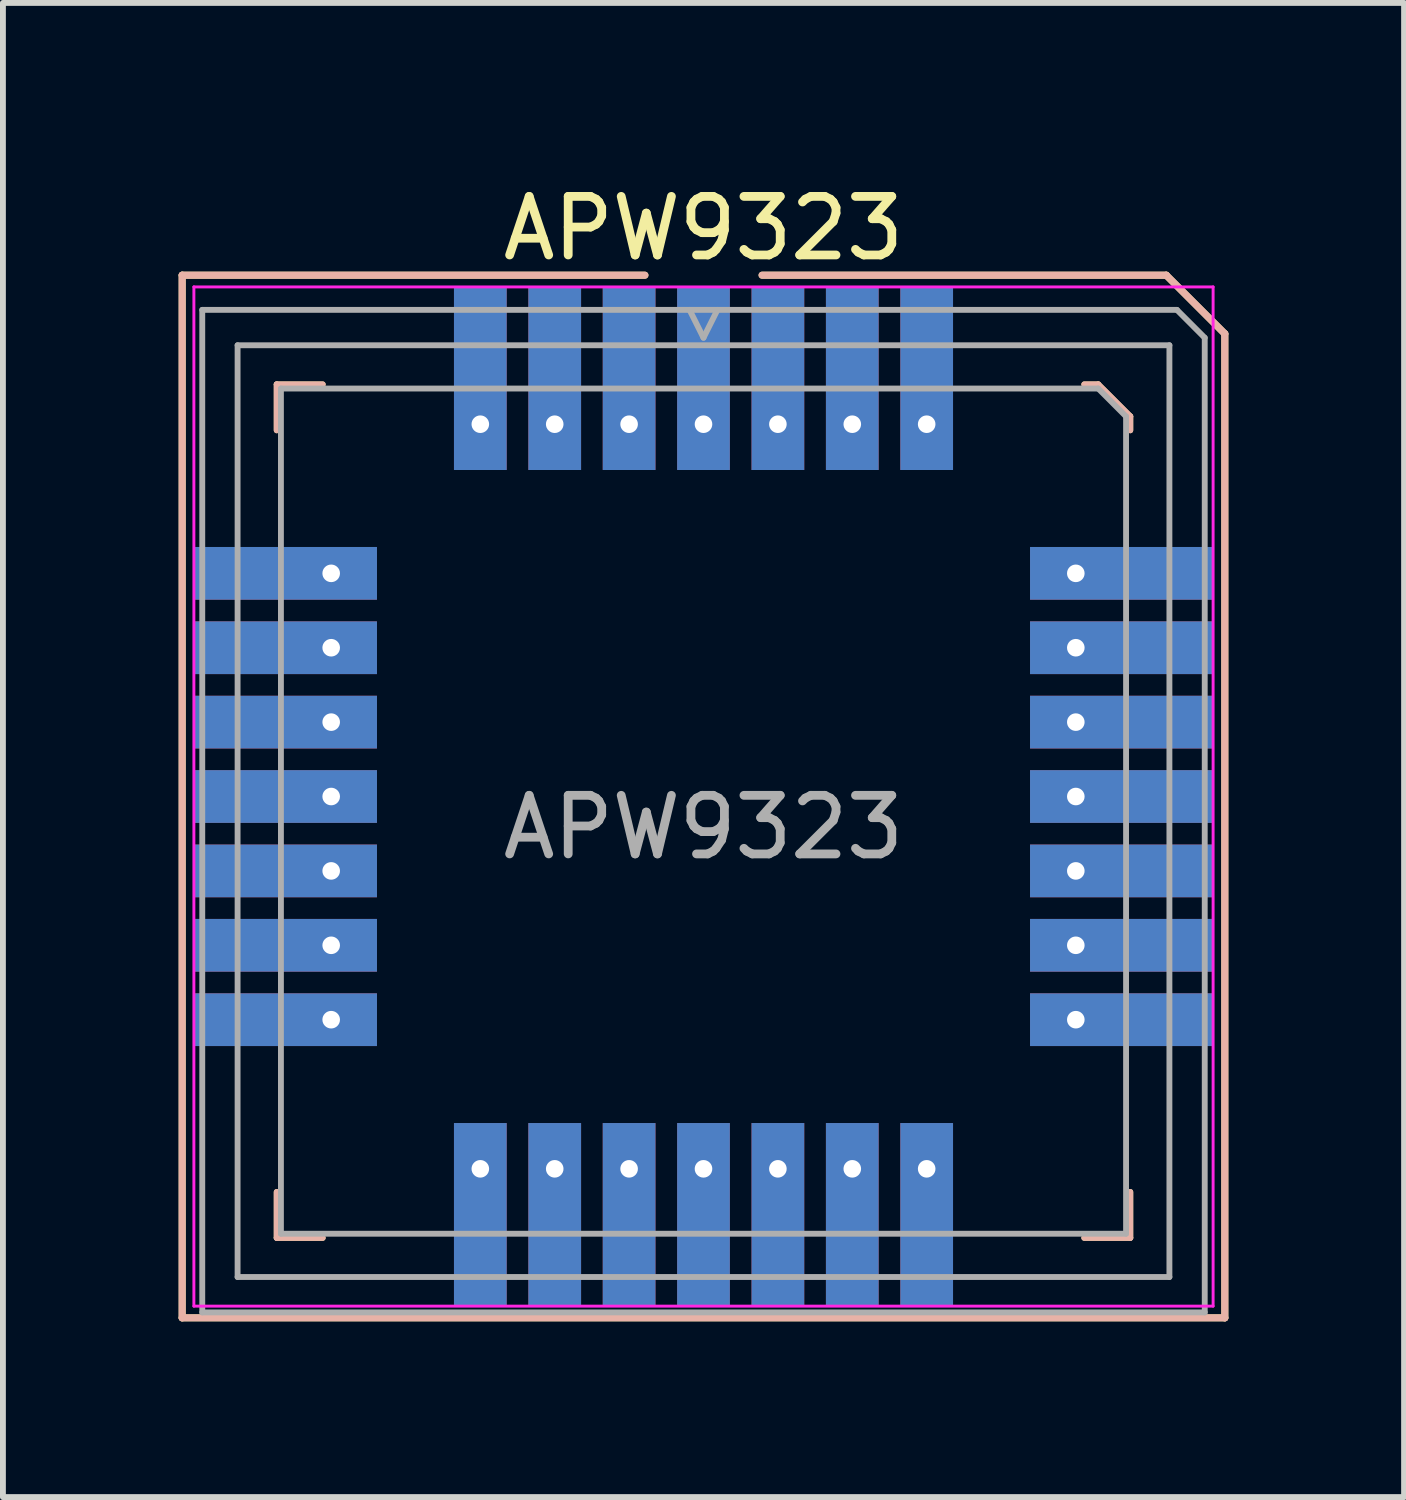
<source format=kicad_pcb>
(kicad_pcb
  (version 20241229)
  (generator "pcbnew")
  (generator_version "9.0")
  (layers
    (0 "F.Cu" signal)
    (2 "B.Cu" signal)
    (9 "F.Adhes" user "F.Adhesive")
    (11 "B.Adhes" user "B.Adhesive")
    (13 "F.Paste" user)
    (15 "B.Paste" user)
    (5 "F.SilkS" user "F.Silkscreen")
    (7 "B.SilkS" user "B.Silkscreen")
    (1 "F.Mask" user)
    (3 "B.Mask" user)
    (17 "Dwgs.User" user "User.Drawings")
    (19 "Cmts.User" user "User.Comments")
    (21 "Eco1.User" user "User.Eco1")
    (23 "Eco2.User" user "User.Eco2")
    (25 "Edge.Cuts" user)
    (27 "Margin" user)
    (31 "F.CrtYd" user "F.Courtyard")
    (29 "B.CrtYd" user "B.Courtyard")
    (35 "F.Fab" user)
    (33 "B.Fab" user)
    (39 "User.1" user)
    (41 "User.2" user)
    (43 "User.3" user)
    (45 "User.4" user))
  (footprint "APW9323"
    (layer "F.Cu")
    (at 8.96 10.548)
    (property "Reference" "APW9323" (at 0 -9.7 180) (layer "F.SilkS") (effects (font (size 1 1) (thickness 0.15))))
    (attr smd)
    (fp_line (start -8.9 -8.9) (end -1 -8.9) (stroke (width 0.12) (type solid)) (layer "F.SilkS"))
    (fp_line (start -8.9 8.9) (end -8.9 -8.9) (stroke (width 0.12) (type solid)) (layer "F.SilkS"))
    (fp_line (start -7.286 -7.036) (end -7.286 -6.252) (stroke (width 0.1) (type solid)) (layer "F.SilkS"))
    (fp_line (start -7.286 7.535) (end -7.286 6.751) (stroke (width 0.1) (type solid)) (layer "F.SilkS"))
    (fp_line (start -6.501 -7.036) (end -7.286 -7.036) (stroke (width 0.1) (type solid)) (layer "F.SilkS"))
    (fp_line (start -6.501 7.535) (end -7.286 7.535) (stroke (width 0.1) (type solid)) (layer "F.SilkS"))
    (fp_line (start 1 -8.9) (end 7.9 -8.9) (stroke (width 0.12) (type solid)) (layer "F.SilkS"))
    (fp_line (start 6.501 -7.036) (end 6.739 -7.036) (stroke (width 0.1) (type solid)) (layer "F.SilkS"))
    (fp_line (start 6.501 7.535) (end 7.286 7.535) (stroke (width 0.1) (type solid)) (layer "F.SilkS"))
    (fp_line (start 6.739 -7.036) (end 7.286 -6.489) (stroke (width 0.1) (type solid)) (layer "F.SilkS"))
    (fp_line (start 7.286 -6.489) (end 7.286 -6.252) (stroke (width 0.1) (type solid)) (layer "F.SilkS"))
    (fp_line (start 7.286 7.535) (end 7.286 6.751) (stroke (width 0.1) (type solid)) (layer "F.SilkS"))
    (fp_line (start 7.9 -8.9) (end 8.9 -7.9) (stroke (width 0.12) (type solid)) (layer "F.SilkS"))
    (fp_line (start 8.9 -7.9) (end 8.9 8.9) (stroke (width 0.12) (type solid)) (layer "F.SilkS"))
    (fp_line (start 8.9 8.9) (end -8.9 8.9) (stroke (width 0.12) (type solid)) (layer "F.SilkS"))
    (fp_line (start -8.9 -8.9) (end -1 -8.9) (stroke (width 0.12) (type solid)) (layer "B.SilkS"))
    (fp_line (start -8.9 8.9) (end -8.9 -8.9) (stroke (width 0.12) (type solid)) (layer "B.SilkS"))
    (fp_line (start -7.286 -7.036) (end -7.286 -6.252) (stroke (width 0.1) (type solid)) (layer "B.SilkS"))
    (fp_line (start -7.286 7.535) (end -7.286 6.751) (stroke (width 0.1) (type solid)) (layer "B.SilkS"))
    (fp_line (start -6.501 -7.036) (end -7.286 -7.036) (stroke (width 0.1) (type solid)) (layer "B.SilkS"))
    (fp_line (start -6.501 7.535) (end -7.286 7.535) (stroke (width 0.1) (type solid)) (layer "B.SilkS"))
    (fp_line (start 1 -8.9) (end 7.9 -8.9) (stroke (width 0.12) (type solid)) (layer "B.SilkS"))
    (fp_line (start 6.501 -7.036) (end 6.739 -7.036) (stroke (width 0.1) (type solid)) (layer "B.SilkS"))
    (fp_line (start 6.501 7.535) (end 7.286 7.535) (stroke (width 0.1) (type solid)) (layer "B.SilkS"))
    (fp_line (start 6.739 -7.036) (end 7.286 -6.489) (stroke (width 0.1) (type solid)) (layer "B.SilkS"))
    (fp_line (start 7.286 -6.489) (end 7.286 -6.252) (stroke (width 0.1) (type solid)) (layer "B.SilkS"))
    (fp_line (start 7.286 7.535) (end 7.286 6.751) (stroke (width 0.1) (type solid)) (layer "B.SilkS"))
    (fp_line (start 7.9 -8.9) (end 8.9 -7.9) (stroke (width 0.12) (type solid)) (layer "B.SilkS"))
    (fp_line (start 8.9 -7.9) (end 8.9 8.9) (stroke (width 0.12) (type solid)) (layer "B.SilkS"))
    (fp_line (start 8.9 8.9) (end -8.9 8.9) (stroke (width 0.12) (type solid)) (layer "B.SilkS"))
    (fp_line (start -8.7 -8.7) (end 8.7 -8.7) (stroke (width 0.05) (type solid)) (layer "F.CrtYd"))
    (fp_line (start -8.7 8.7) (end -8.7 -8.7) (stroke (width 0.05) (type solid)) (layer "F.CrtYd"))
    (fp_line (start 8.7 -8.7) (end 8.7 8.7) (stroke (width 0.05) (type solid)) (layer "F.CrtYd"))
    (fp_line (start 8.7 8.7) (end -8.7 8.7) (stroke (width 0.05) (type solid)) (layer "F.CrtYd"))
    (fp_line (start -8.557 -8.308) (end 8.082 -8.308) (stroke (width 0.1) (type solid)) (layer "F.Fab"))
    (fp_line (start -8.557 8.807) (end -8.557 -8.308) (stroke (width 0.1) (type solid)) (layer "F.Fab"))
    (fp_line (start -7.954 -7.704) (end 7.954 -7.704) (stroke (width 0.1) (type solid)) (layer "F.Fab"))
    (fp_line (start -7.954 8.203) (end -7.954 -7.704) (stroke (width 0.1) (type solid)) (layer "F.Fab"))
    (fp_line (start -7.214 -6.965) (end 6.739 -6.965) (stroke (width 0.1) (type solid)) (layer "F.Fab"))
    (fp_line (start -7.214 7.464) (end -7.214 -6.965) (stroke (width 0.1) (type solid)) (layer "F.Fab"))
    (fp_line (start 0 -7.832) (end -0.238 -8.308) (stroke (width 0.1) (type solid)) (layer "F.Fab"))
    (fp_line (start 0.238 -8.308) (end 0 -7.832) (stroke (width 0.1) (type solid)) (layer "F.Fab"))
    (fp_line (start 6.739 -6.965) (end 7.214 -6.489) (stroke (width 0.1) (type solid)) (layer "F.Fab"))
    (fp_line (start 7.214 -6.489) (end 7.214 7.464) (stroke (width 0.1) (type solid)) (layer "F.Fab"))
    (fp_line (start 7.214 7.464) (end -7.214 7.464) (stroke (width 0.1) (type solid)) (layer "F.Fab"))
    (fp_line (start 7.954 -7.704) (end 7.954 8.203) (stroke (width 0.1) (type solid)) (layer "F.Fab"))
    (fp_line (start 7.954 8.203) (end -7.954 8.203) (stroke (width 0.1) (type solid)) (layer "F.Fab"))
    (fp_line (start 8.082 -8.308) (end 8.557 -7.832) (stroke (width 0.1) (type solid)) (layer "F.Fab"))
    (fp_line (start 8.557 -7.832) (end 8.557 8.807) (stroke (width 0.1) (type solid)) (layer "F.Fab"))
    (fp_line (start 8.557 8.807) (end -8.557 8.807) (stroke (width 0.1) (type solid)) (layer "F.Fab"))
    (fp_text user "${REFERENCE}" (at 0 0.525 180) (layer "F.Fab") (effects (font (size 1 1) (thickness 0.15))))
    (pad "1" thru_hole rect (at 0 -6.356) (size 0.9 3.125) (drill 0.3 (offset 0 -0.781)) (layers "*.Cu" "*.Mask"))
    (pad "2" thru_hole rect (at 1.27 -6.356) (size 0.9 3.125) (drill 0.3 (offset 0 -0.781)) (layers "*.Cu" "*.Mask"))
    (pad "3" thru_hole rect (at 2.54 -6.356) (size 0.9 3.125) (drill 0.3 (offset 0 -0.781)) (layers "*.Cu" "*.Mask"))
    (pad "4" thru_hole rect (at 3.81 -6.356) (size 0.9 3.125) (drill 0.3 (offset 0 -0.781)) (layers "*.Cu" "*.Mask"))
    (pad "5" thru_hole rect (at 6.356 -3.81) (size 3.125 0.9) (drill 0.3 (offset 0.781 0)) (layers "*.Cu" "*.Mask"))
    (pad "6" thru_hole rect (at 6.356 -2.54) (size 3.125 0.9) (drill 0.3 (offset 0.781 0)) (layers "*.Cu" "*.Mask"))
    (pad "7" thru_hole rect (at 6.356 -1.27) (size 3.125 0.9) (drill 0.3 (offset 0.781 0)) (layers "*.Cu" "*.Mask"))
    (pad "8" thru_hole rect (at 6.356 0) (size 3.125 0.9) (drill 0.3 (offset 0.781 0)) (layers "*.Cu" "*.Mask"))
    (pad "9" thru_hole rect (at 6.356 1.27) (size 3.125 0.9) (drill 0.3 (offset 0.781 0)) (layers "*.Cu" "*.Mask"))
    (pad "10" thru_hole rect (at 6.356 2.54) (size 3.125 0.9) (drill 0.3 (offset 0.781 0)) (layers "*.Cu" "*.Mask"))
    (pad "11" thru_hole rect (at 6.356 3.81) (size 3.125 0.9) (drill 0.3 (offset 0.781 0)) (layers "*.Cu" "*.Mask"))
    (pad "12" thru_hole rect (at 3.81 6.356) (size 0.9 3.125) (drill 0.3 (offset 0 0.781)) (layers "*.Cu" "*.Mask"))
    (pad "13" thru_hole rect (at 2.54 6.356) (size 0.9 3.125) (drill 0.3 (offset 0 0.781)) (layers "*.Cu" "*.Mask"))
    (pad "14" thru_hole rect (at 1.27 6.356) (size 0.9 3.125) (drill 0.3 (offset 0 0.781)) (layers "*.Cu" "*.Mask"))
    (pad "15" thru_hole rect (at 0 6.356) (size 0.9 3.125) (drill 0.3 (offset 0 0.781)) (layers "*.Cu" "*.Mask"))
    (pad "16" thru_hole rect (at -1.27 6.356) (size 0.9 3.125) (drill 0.3 (offset 0 0.781)) (layers "*.Cu" "*.Mask"))
    (pad "17" thru_hole rect (at -2.54 6.356) (size 0.9 3.125) (drill 0.3 (offset 0 0.781)) (layers "*.Cu" "*.Mask"))
    (pad "18" thru_hole rect (at -3.81 6.356) (size 0.9 3.125) (drill 0.3 (offset 0 0.781)) (layers "*.Cu" "*.Mask"))
    (pad "19" thru_hole rect (at -6.356 3.81) (size 3.125 0.9) (drill 0.3 (offset -0.781 0)) (layers "*.Cu" "*.Mask"))
    (pad "20" thru_hole rect (at -6.356 2.54) (size 3.125 0.9) (drill 0.3 (offset -0.781 0)) (layers "*.Cu" "*.Mask"))
    (pad "21" thru_hole rect (at -6.356 1.27) (size 3.125 0.9) (drill 0.3 (offset -0.781 0)) (layers "*.Cu" "*.Mask"))
    (pad "22" thru_hole rect (at -6.356 0) (size 3.125 0.9) (drill 0.3 (offset -0.781 0)) (layers "*.Cu" "*.Mask"))
    (pad "23" thru_hole rect (at -6.356 -1.27) (size 3.125 0.9) (drill 0.3 (offset -0.781 0)) (layers "*.Cu" "*.Mask"))
    (pad "24" thru_hole rect (at -6.356 -2.54) (size 3.125 0.9) (drill 0.3 (offset -0.781 0)) (layers "*.Cu" "*.Mask"))
    (pad "25" thru_hole rect (at -6.356 -3.81) (size 3.125 0.9) (drill 0.3 (offset -0.781 0)) (layers "*.Cu" "*.Mask"))
    (pad "26" thru_hole rect (at -3.81 -6.356) (size 0.9 3.125) (drill 0.3 (offset 0 -0.781)) (layers "*.Cu" "*.Mask"))
    (pad "27" thru_hole rect (at -2.54 -6.356) (size 0.9 3.125) (drill 0.3 (offset 0 -0.781)) (layers "*.Cu" "*.Mask"))
    (pad "28" thru_hole rect (at -1.27 -6.356) (size 0.9 3.125) (drill 0.3 (offset 0 -0.781)) (layers "*.Cu" "*.Mask")))
  (gr_rect
    (start -3 -3)
    (end 20.92 22.508)
    (stroke (width 0.1) (type default))
    (fill no)
    (layer "Edge.Cuts")))
</source>
